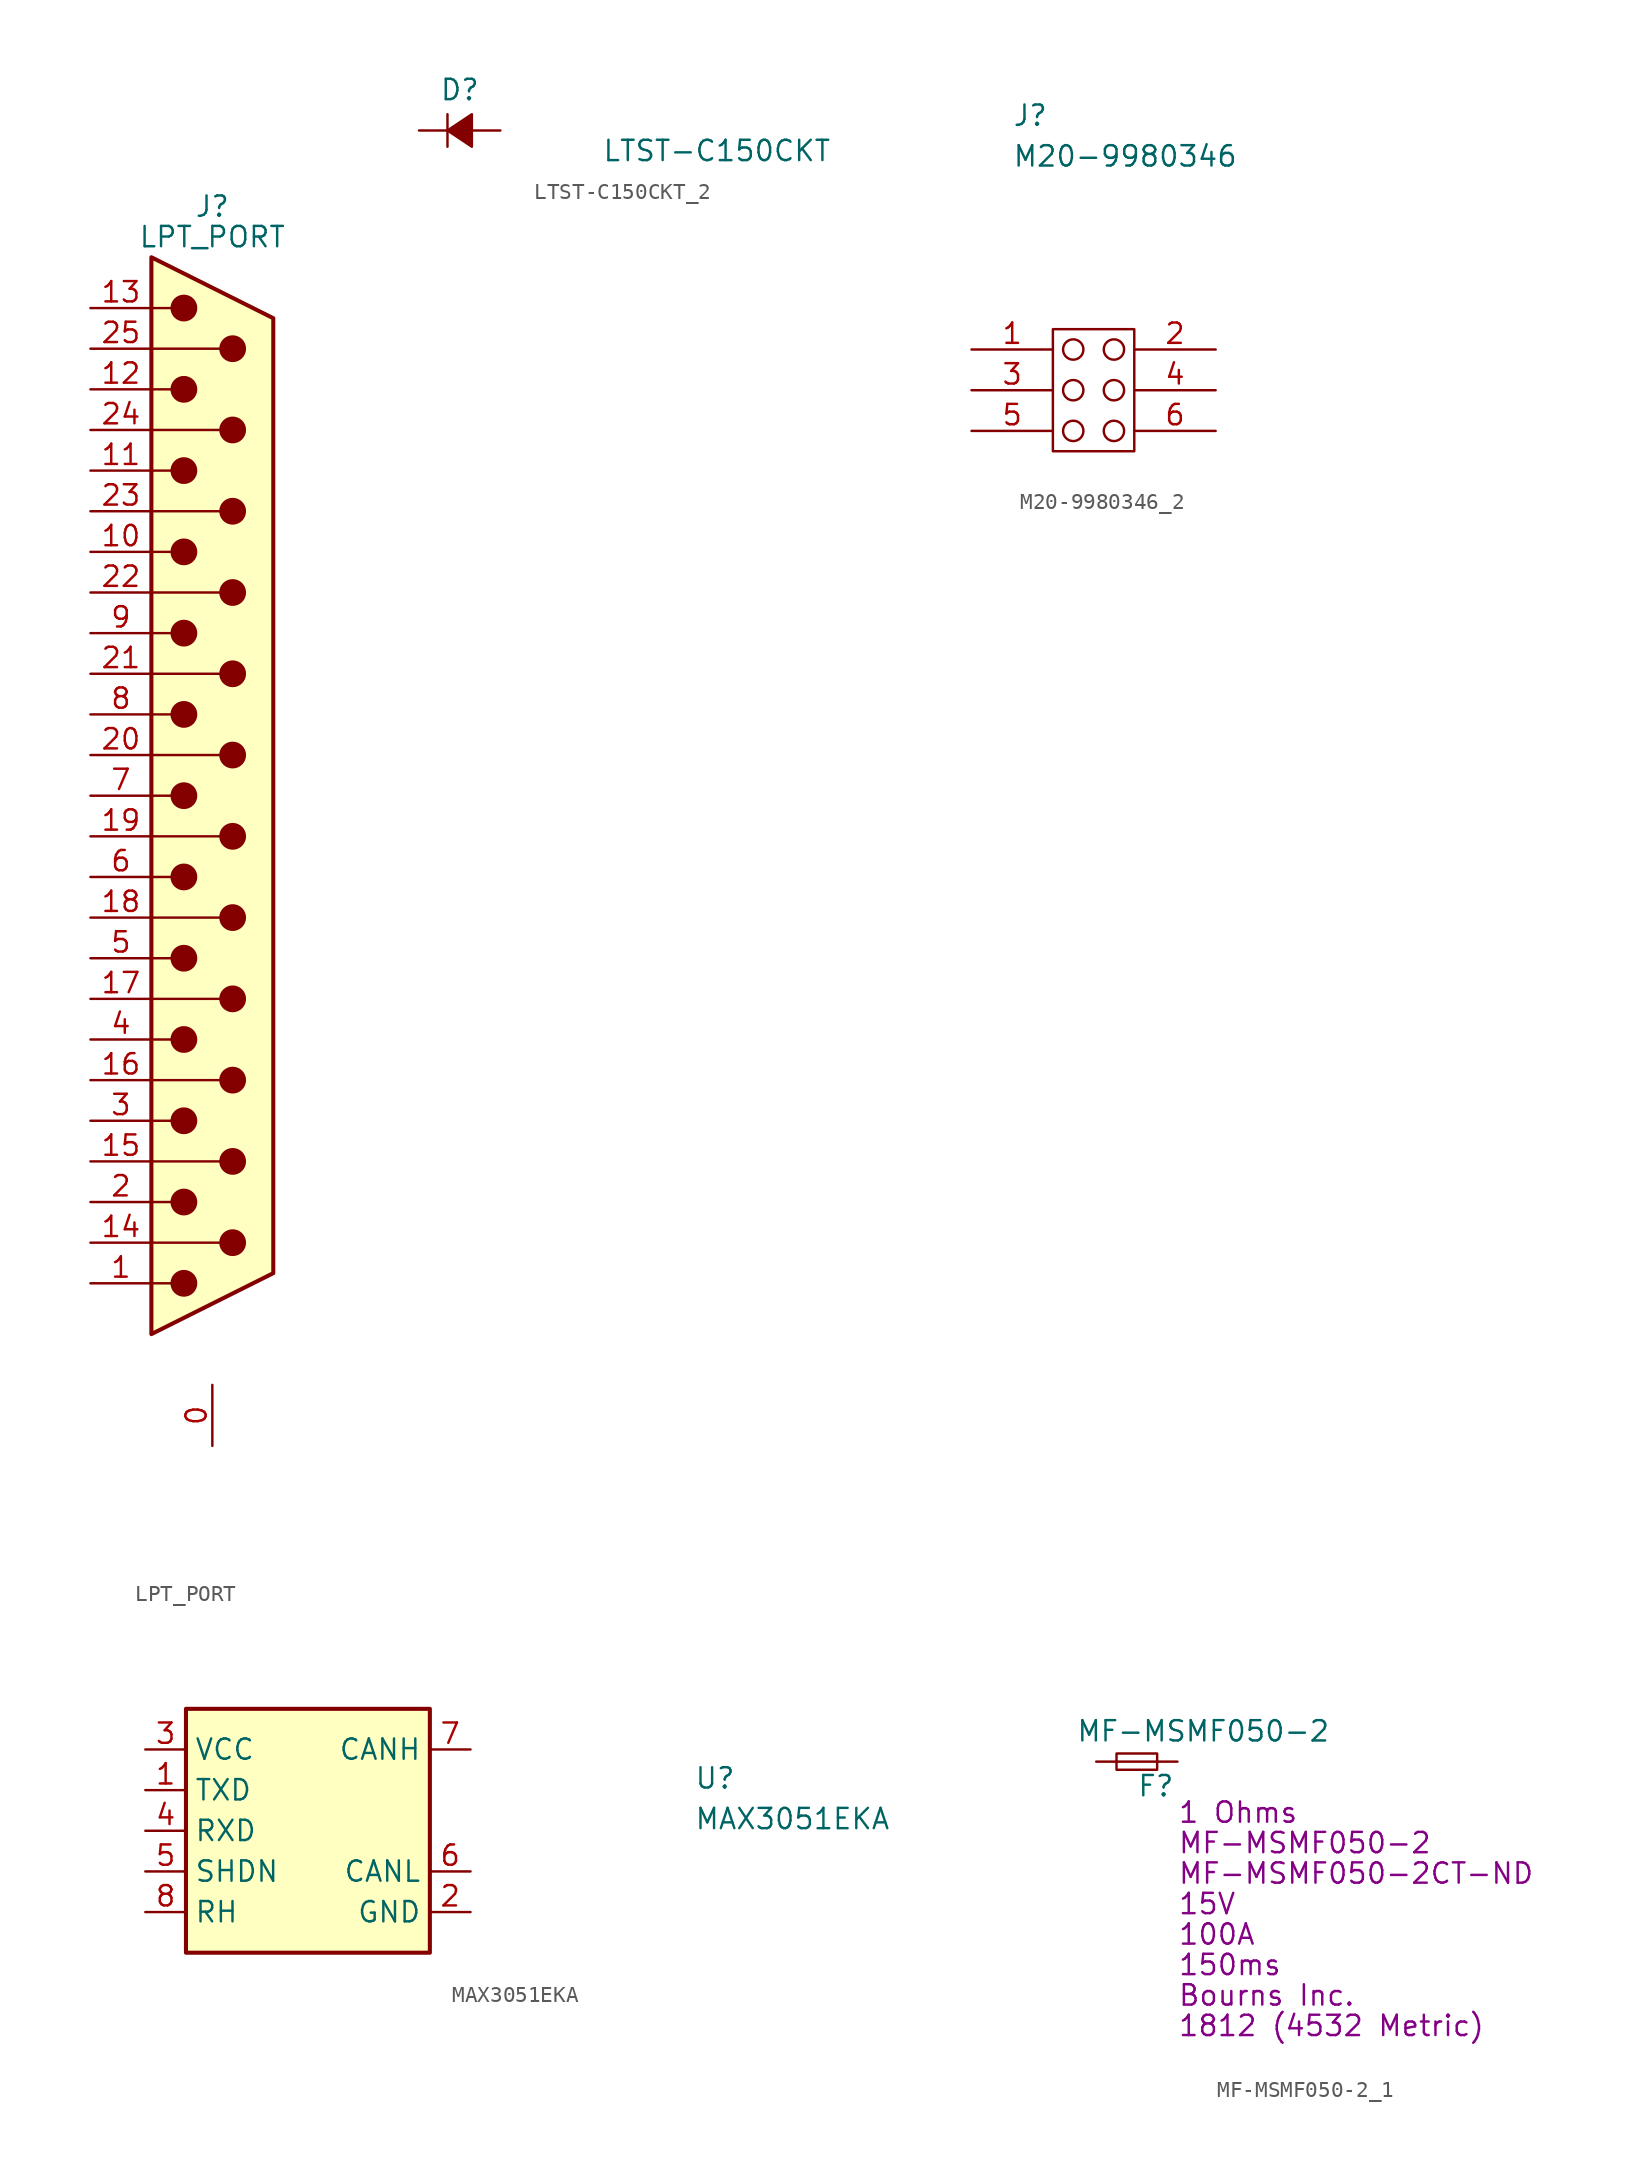
<source format=kicad_sym>
(kicad_symbol_lib
  (version 20231120)
  (generator "kicad_symbol_editor")
  (generator_version "8.0")
  (symbol "LPT_PORT"
    (pin_names
      (offset 1.016) hide)
    (property "Reference" "J"
      (at 0 36.83 0)
      (effects (font (size 1.27 1.27))))
    (property "Value" "LPT_PORT"
      (at 0 34.925 0)
      (effects (font (size 1.27 1.27))))
    (symbol "LPT_PORT_0_1"
      (circle (center -1.778 -30.48) (radius 0.762) (stroke (width 0) (type default)) (fill (type outline)))
      (circle (center -1.778 -25.4) (radius 0.762) (stroke (width 0) (type default)) (fill (type outline)))
      (circle (center -1.778 -20.32) (radius 0.762) (stroke (width 0) (type default)) (fill (type outline)))
      (circle (center -1.778 -15.24) (radius 0.762) (stroke (width 0) (type default)) (fill (type outline)))
      (circle (center -1.778 -10.16) (radius 0.762) (stroke (width 0) (type default)) (fill (type outline)))
      (circle (center -1.778 -5.08) (radius 0.762) (stroke (width 0) (type default)) (fill (type outline)))
      (circle (center -1.778 0) (radius 0.762) (stroke (width 0) (type default)) (fill (type outline)))
      (circle (center -1.778 5.08) (radius 0.762) (stroke (width 0) (type default)) (fill (type outline)))
      (circle (center -1.778 10.16) (radius 0.762) (stroke (width 0) (type default)) (fill (type outline)))
      (circle (center -1.778 15.24) (radius 0.762) (stroke (width 0) (type default)) (fill (type outline)))
      (circle (center -1.778 20.32) (radius 0.762) (stroke (width 0) (type default)) (fill (type outline)))
      (circle (center -1.778 25.4) (radius 0.762) (stroke (width 0) (type default)) (fill (type outline)))
      (circle (center -1.778 30.48) (radius 0.762) (stroke (width 0) (type default)) (fill (type outline)))
      (polyline (pts (xy -3.81 -30.48) (xy -2.54 -30.48)) (stroke (width 0) (type default)) (fill (type none)))
      (polyline (pts (xy -3.81 -27.94) (xy 0.508 -27.94)) (stroke (width 0) (type default)) (fill (type none)))
      (polyline (pts (xy -3.81 -25.4) (xy -2.54 -25.4)) (stroke (width 0) (type default)) (fill (type none)))
      (polyline (pts (xy -3.81 -22.86) (xy 0.508 -22.86)) (stroke (width 0) (type default)) (fill (type none)))
      (polyline (pts (xy -3.81 -20.32) (xy -2.54 -20.32)) (stroke (width 0) (type default)) (fill (type none)))
      (polyline (pts (xy -3.81 -17.78) (xy 0.508 -17.78)) (stroke (width 0) (type default)) (fill (type none)))
      (polyline (pts (xy -3.81 -15.24) (xy -2.54 -15.24)) (stroke (width 0) (type default)) (fill (type none)))
      (polyline (pts (xy -3.81 -12.7) (xy 0.508 -12.7)) (stroke (width 0) (type default)) (fill (type none)))
      (polyline (pts (xy -3.81 -10.16) (xy -2.54 -10.16)) (stroke (width 0) (type default)) (fill (type none)))
      (polyline (pts (xy -3.81 -7.62) (xy 0.508 -7.62)) (stroke (width 0) (type default)) (fill (type none)))
      (polyline (pts (xy -3.81 -5.08) (xy -2.54 -5.08)) (stroke (width 0) (type default)) (fill (type none)))
      (polyline (pts (xy -3.81 -2.54) (xy 0.508 -2.54)) (stroke (width 0) (type default)) (fill (type none)))
      (polyline (pts (xy -3.81 0) (xy -2.54 0)) (stroke (width 0) (type default)) (fill (type none)))
      (polyline (pts (xy -3.81 2.54) (xy 0.508 2.54)) (stroke (width 0) (type default)) (fill (type none)))
      (polyline (pts (xy -3.81 5.08) (xy -2.54 5.08)) (stroke (width 0) (type default)) (fill (type none)))
      (polyline (pts (xy -3.81 7.62) (xy 0.508 7.62)) (stroke (width 0) (type default)) (fill (type none)))
      (polyline (pts (xy -3.81 10.16) (xy -2.54 10.16)) (stroke (width 0) (type default)) (fill (type none)))
      (polyline (pts (xy -3.81 12.7) (xy 0.508 12.7)) (stroke (width 0) (type default)) (fill (type none)))
      (polyline (pts (xy -3.81 15.24) (xy -2.54 15.24)) (stroke (width 0) (type default)) (fill (type none)))
      (polyline (pts (xy -3.81 17.78) (xy 0.508 17.78)) (stroke (width 0) (type default)) (fill (type none)))
      (polyline (pts (xy -3.81 20.32) (xy -2.54 20.32)) (stroke (width 0) (type default)) (fill (type none)))
      (polyline (pts (xy -3.81 22.86) (xy 0.508 22.86)) (stroke (width 0) (type default)) (fill (type none)))
      (polyline (pts (xy -3.81 25.4) (xy -2.54 25.4)) (stroke (width 0) (type default)) (fill (type none)))
      (polyline (pts (xy -3.81 27.94) (xy 0.508 27.94)) (stroke (width 0) (type default)) (fill (type none)))
      (polyline (pts (xy -3.81 30.48) (xy -2.54 30.48)) (stroke (width 0) (type default)) (fill (type none)))
      (polyline (pts (xy -3.81 -33.655) (xy 3.81 -29.845) (xy 3.81 29.845) (xy -3.81 33.655) (xy -3.81 -33.655)) (stroke (width 0.254) (type default)) (fill (type background)))
      (circle (center 1.27 -27.94) (radius 0.762) (stroke (width 0) (type default)) (fill (type outline)))
      (circle (center 1.27 -22.86) (radius 0.762) (stroke (width 0) (type default)) (fill (type outline)))
      (circle (center 1.27 -17.78) (radius 0.762) (stroke (width 0) (type default)) (fill (type outline)))
      (circle (center 1.27 -12.7) (radius 0.762) (stroke (width 0) (type default)) (fill (type outline)))
      (circle (center 1.27 -7.62) (radius 0.762) (stroke (width 0) (type default)) (fill (type outline)))
      (circle (center 1.27 -2.54) (radius 0.762) (stroke (width 0) (type default)) (fill (type outline)))
      (circle (center 1.27 2.54) (radius 0.762) (stroke (width 0) (type default)) (fill (type outline)))
      (circle (center 1.27 7.62) (radius 0.762) (stroke (width 0) (type default)) (fill (type outline)))
      (circle (center 1.27 12.7) (radius 0.762) (stroke (width 0) (type default)) (fill (type outline)))
      (circle (center 1.27 17.78) (radius 0.762) (stroke (width 0) (type default)) (fill (type outline)))
      (circle (center 1.27 22.86) (radius 0.762) (stroke (width 0) (type default)) (fill (type outline)))
      (circle (center 1.27 27.94) (radius 0.762) (stroke (width 0) (type default)) (fill (type outline)))
      (pin passive line (at -7.62 -30.48 0) (length 3.81) (name "~{STROBE}" (effects (font (size 1.27 1.27)))) (number "1" (effects (font (size 1.27 1.27))))))
    (symbol "LPT_PORT_1_1"
      (pin passive line (at 0 -40.64 90) (length 3.81) (name "PAD" (effects (font (size 1.27 1.27)))) (number "0" (effects (font (size 1.27 1.27)))))
      (pin passive line (at -7.62 15.24 0) (length 3.81) (name "10" (effects (font (size 1.27 1.27)))) (number "10" (effects (font (size 1.27 1.27)))))
      (pin passive line (at -7.62 20.32 0) (length 3.81) (name "11" (effects (font (size 1.27 1.27)))) (number "11" (effects (font (size 1.27 1.27)))))
      (pin passive line (at -7.62 25.4 0) (length 3.81) (name "12" (effects (font (size 1.27 1.27)))) (number "12" (effects (font (size 1.27 1.27)))))
      (pin passive line (at -7.62 30.48 0) (length 3.81) (name "13" (effects (font (size 1.27 1.27)))) (number "13" (effects (font (size 1.27 1.27)))))
      (pin passive line (at -7.62 -27.94 0) (length 3.81) (name "~{Line_Feed}" (effects (font (size 1.27 1.27)))) (number "14" (effects (font (size 1.27 1.27)))))
      (pin passive line (at -7.62 -22.86 0) (length 3.81) (name "P15" (effects (font (size 1.27 1.27)))) (number "15" (effects (font (size 1.27 1.27)))))
      (pin passive line (at -7.62 -17.78 0) (length 3.81) (name "P16" (effects (font (size 1.27 1.27)))) (number "16" (effects (font (size 1.27 1.27)))))
      (pin passive line (at -7.62 -12.7 0) (length 3.81) (name "P17" (effects (font (size 1.27 1.27)))) (number "17" (effects (font (size 1.27 1.27)))))
      (pin passive line (at -7.62 -7.62 0) (length 3.81) (name "P18" (effects (font (size 1.27 1.27)))) (number "18" (effects (font (size 1.27 1.27)))))
      (pin passive line (at -7.62 -2.54 0) (length 3.81) (name "P19" (effects (font (size 1.27 1.27)))) (number "19" (effects (font (size 1.27 1.27)))))
      (pin passive line (at -7.62 -25.4 0) (length 3.81) (name "2" (effects (font (size 1.27 1.27)))) (number "2" (effects (font (size 1.27 1.27)))))
      (pin passive line (at -7.62 2.54 0) (length 3.81) (name "P20" (effects (font (size 1.27 1.27)))) (number "20" (effects (font (size 1.27 1.27)))))
      (pin passive line (at -7.62 7.62 0) (length 3.81) (name "P21" (effects (font (size 1.27 1.27)))) (number "21" (effects (font (size 1.27 1.27)))))
      (pin passive line (at -7.62 12.7 0) (length 3.81) (name "P22" (effects (font (size 1.27 1.27)))) (number "22" (effects (font (size 1.27 1.27)))))
      (pin passive line (at -7.62 17.78 0) (length 3.81) (name "P23" (effects (font (size 1.27 1.27)))) (number "23" (effects (font (size 1.27 1.27)))))
      (pin passive line (at -7.62 22.86 0) (length 3.81) (name "P24" (effects (font (size 1.27 1.27)))) (number "24" (effects (font (size 1.27 1.27)))))
      (pin passive line (at -7.62 27.94 0) (length 3.81) (name "P25" (effects (font (size 1.27 1.27)))) (number "25" (effects (font (size 1.27 1.27)))))
      (pin passive line (at -7.62 -20.32 0) (length 3.81) (name "3" (effects (font (size 1.27 1.27)))) (number "3" (effects (font (size 1.27 1.27)))))
      (pin passive line (at -7.62 -15.24 0) (length 3.81) (name "4" (effects (font (size 1.27 1.27)))) (number "4" (effects (font (size 1.27 1.27)))))
      (pin passive line (at -7.62 -10.16 0) (length 3.81) (name "5" (effects (font (size 1.27 1.27)))) (number "5" (effects (font (size 1.27 1.27)))))
      (pin passive line (at -7.62 -5.08 0) (length 3.81) (name "6" (effects (font (size 1.27 1.27)))) (number "6" (effects (font (size 1.27 1.27)))))
      (pin passive line (at -7.62 0 0) (length 3.81) (name "7" (effects (font (size 1.27 1.27)))) (number "7" (effects (font (size 1.27 1.27)))))
      (pin passive line (at -7.62 5.08 0) (length 3.81) (name "8" (effects (font (size 1.27 1.27)))) (number "8" (effects (font (size 1.27 1.27)))))
      (pin passive line (at -7.62 10.16 0) (length 3.81) (name "9" (effects (font (size 1.27 1.27)))) (number "9" (effects (font (size 1.27 1.27)))))))
  (symbol "LTST-C150CKT_2"
    (pin_numbers hide)
    (pin_names
      (offset 0.254) hide)
    (property "Reference" "D"
      (at -1.27 2.54 0)
      (effects (font (size 1.27 1.27)) (justify left)))
    (property "Value" "LTST-C150CKT"
      (at 8.89 -1.27 0)
      (effects (font (size 1.27 1.27)) (justify left)))
    (symbol "LTST-C150CKT_2_0_1"
      (polyline (pts (xy -0.762 -1.016) (xy -0.762 1.016)) (stroke (width 0) (type default)) (fill (type none)))
      (polyline (pts (xy -0.762 0) (xy 0.762 0)) (stroke (width 0) (type default)) (fill (type none)))
      (polyline (pts (xy 0.762 -1.016) (xy -0.762 0) (xy 0.762 1.016) (xy 0.762 -1.016)) (stroke (width 0) (type default)) (fill (type outline))))
    (symbol "LTST-C150CKT_2_1_1"
      (pin passive line (at -2.54 0 0) (length 1.778) (name "K" (effects (font (size 1.27 1.27)))) (number "1" (effects (font (size 1.27 1.27)))))
      (pin passive line (at 2.54 0 180) (length 1.778) (name "A" (effects (font (size 1.27 1.27)))) (number "2" (effects (font (size 1.27 1.27)))))))
  (symbol "M20-9980346_2"
    (pin_names
      (offset 1.016) hide)
    (property "Reference" "J"
      (at -5.08 17.145 0)
      (effects (font (size 1.27 1.27)) (justify left)))
    (property "Value" "M20-9980346"
      (at -5.08 14.605 0)
      (effects (font (size 1.27 1.27)) (justify left)))
    (symbol "M20-9980346_2_0_1"
      (rectangle (start -2.54 3.81) (end 2.54 -3.81) (stroke (width 0) (type default)) (fill (type none)))
      (circle (center -1.27 -2.54) (radius 0.635) (stroke (width 0) (type default)) (fill (type none)))
      (circle (center -1.27 0) (radius 0.635) (stroke (width 0) (type default)) (fill (type none)))
      (circle (center -1.27 2.54) (radius 0.635) (stroke (width 0) (type default)) (fill (type none)))
      (circle (center 1.27 -2.54) (radius 0.635) (stroke (width 0) (type default)) (fill (type none)))
      (circle (center 1.27 0) (radius 0.635) (stroke (width 0) (type default)) (fill (type none)))
      (circle (center 1.27 2.54) (radius 0.635) (stroke (width 0) (type default)) (fill (type none))))
    (symbol "M20-9980346_2_1_1"
      (pin unspecified line (at -7.62 2.54 0) (length 5.08) (name "1" (effects (font (size 1.27 1.27)))) (number "1" (effects (font (size 1.27 1.27)))))
      (pin unspecified line (at 7.62 2.54 180) (length 5.08) (name "2" (effects (font (size 1.27 1.27)))) (number "2" (effects (font (size 1.27 1.27)))))
      (pin unspecified line (at -7.62 0 0) (length 5.08) (name "3" (effects (font (size 1.27 1.27)))) (number "3" (effects (font (size 1.27 1.27)))))
      (pin unspecified line (at 7.62 0 180) (length 5.08) (name "4" (effects (font (size 1.27 1.27)))) (number "4" (effects (font (size 1.27 1.27)))))
      (pin unspecified line (at -7.62 -2.54 0) (length 5.08) (name "5" (effects (font (size 1.27 1.27)))) (number "5" (effects (font (size 1.27 1.27)))))
      (pin unspecified line (at 7.62 -2.54 180) (length 5.08) (name "6" (effects (font (size 1.27 1.27)))) (number "6" (effects (font (size 1.27 1.27)))))))
  (symbol "MAX3051EKA"
    (property "Reference" "U"
      (at 34.29 -2.54 0)
      (effects (font (size 1.27 1.27) (thickness 0.15)) (justify left bottom)))
    (property "Value" "MAX3051EKA"
      (at 34.29 -5.08 0)
      (effects (font (size 1.27 1.27) (thickness 0.15)) (justify left bottom)))
    (symbol "MAX3051EKA_1_1"
      (rectangle (start 2.54 2.54) (end 17.78 -12.7) (stroke (width 0.254) (type default)) (fill (type background)))
      (pin passive line (at 0 -2.54 0) (length 2.54) (name "TXD" (effects (font (size 1.27 1.27)))) (number "1" (effects (font (size 1.27 1.27)))))
      (pin passive line (at 20.32 -10.16 180) (length 2.54) (name "GND" (effects (font (size 1.27 1.27)))) (number "2" (effects (font (size 1.27 1.27)))))
      (pin passive line (at 0 0 0) (length 2.54) (name "VCC" (effects (font (size 1.27 1.27)))) (number "3" (effects (font (size 1.27 1.27)))))
      (pin passive line (at 0 -5.08 0) (length 2.54) (name "RXD" (effects (font (size 1.27 1.27)))) (number "4" (effects (font (size 1.27 1.27)))))
      (pin passive line (at 0 -7.62 0) (length 2.54) (name "SHDN" (effects (font (size 1.27 1.27)))) (number "5" (effects (font (size 1.27 1.27)))))
      (pin passive line (at 20.32 -7.62 180) (length 2.54) (name "CANL" (effects (font (size 1.27 1.27)))) (number "6" (effects (font (size 1.27 1.27)))))
      (pin passive line (at 20.32 0 180) (length 2.54) (name "CANH" (effects (font (size 1.27 1.27)))) (number "7" (effects (font (size 1.27 1.27)))))
      (pin passive line (at 0 -10.16 0) (length 2.54) (name "RH" (effects (font (size 1.27 1.27)))) (number "8" (effects (font (size 1.27 1.27)))))))
  (symbol "MF-MSMF050-2_1"
    (pin_numbers hide)
    (pin_names
      (offset 0.254) hide)
    (property "Reference" "F"
      (at 0 -1.524 0)
      (effects (font (size 1.27 1.27)) (justify left)))
    (property "Value" "MF-MSMF050-2"
      (at -3.81 1.905 0)
      (effects (font (size 1.27 1.27)) (justify left)))
    (property "Voltage - Max" "15V"
      (at 2.54 -8.89 0)
      (effects (font (size 1.27 1.27)) (justify left)))
    (property "Current - Max" "100A"
      (at 2.54 -10.795 0)
      (effects (font (size 1.27 1.27)) (justify left)))
    (property "Time to Trip" "150ms"
      (at 2.54 -12.7 0)
      (effects (font (size 1.27 1.27)) (justify left)))
    (property "Manufacturer" "Bourns Inc."
      (at 2.54 -14.605 0)
      (effects (font (size 1.27 1.27)) (justify left)))
    (property "Chip code" "1812 (4532 Metric)"
      (at 2.54 -16.51 0)
      (effects (font (size 1.27 1.27)) (justify left)))
    (property "Digi-Key_PN" "MF-MSMF050-2CT-ND"
      (at 2.54 -6.985 0)
      (effects (font (size 1.27 1.27)) (justify left)))
    (property "MPN" "MF-MSMF050-2"
      (at 2.54 -5.08 0)
      (effects (font (size 1.27 1.27)) (justify left)))
    (property "Resistance" "1 Ohms"
      (at 2.54 -3.175 0)
      (effects (font (size 1.27 1.27)) (justify left)))
    (symbol "MF-MSMF050-2_1_0_1"
      (rectangle (start -1.27 0.508) (end 1.27 -0.508) (stroke (width 0) (type default)) (fill (type none)))
      (polyline (pts (xy -1.27 0) (xy 1.27 0)) (stroke (width 0) (type default)) (fill (type none))))
    (symbol "MF-MSMF050-2_1_1_1"
      (pin passive line (at -2.54 0 0) (length 1.27) (name "~" (effects (font (size 1.27 1.27)))) (number "1" (effects (font (size 1.27 1.27)))))
      (pin passive line (at 2.54 0 180) (length 1.27) (name "~" (effects (font (size 1.27 1.27)))) (number "2" (effects (font (size 1.27 1.27))))))))
</source>
